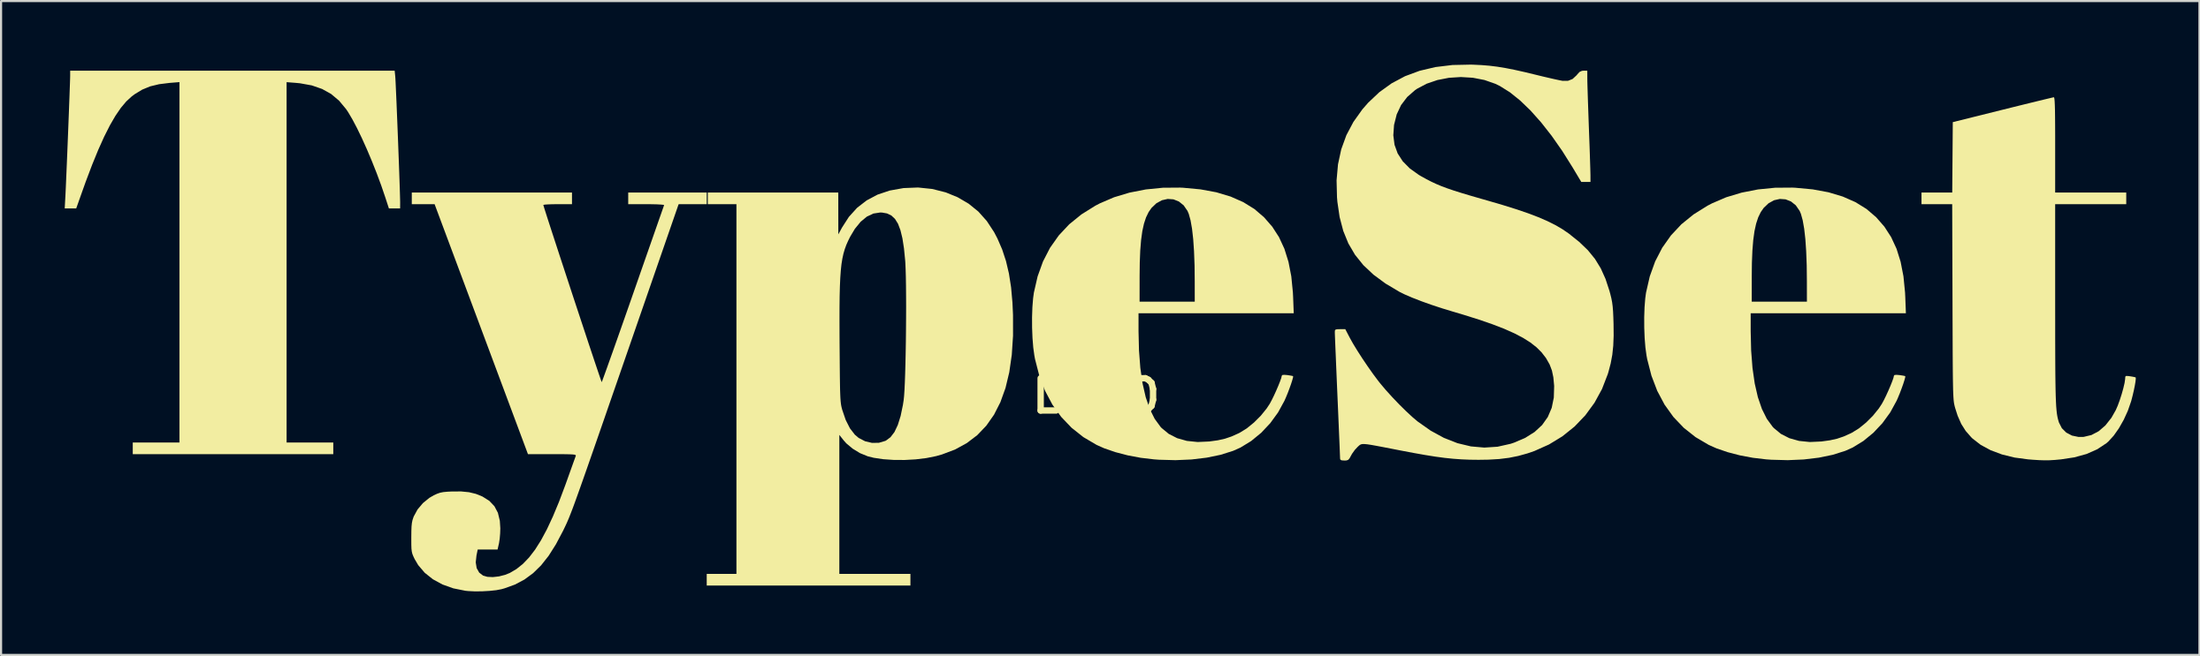
<source format=kicad_pcb>
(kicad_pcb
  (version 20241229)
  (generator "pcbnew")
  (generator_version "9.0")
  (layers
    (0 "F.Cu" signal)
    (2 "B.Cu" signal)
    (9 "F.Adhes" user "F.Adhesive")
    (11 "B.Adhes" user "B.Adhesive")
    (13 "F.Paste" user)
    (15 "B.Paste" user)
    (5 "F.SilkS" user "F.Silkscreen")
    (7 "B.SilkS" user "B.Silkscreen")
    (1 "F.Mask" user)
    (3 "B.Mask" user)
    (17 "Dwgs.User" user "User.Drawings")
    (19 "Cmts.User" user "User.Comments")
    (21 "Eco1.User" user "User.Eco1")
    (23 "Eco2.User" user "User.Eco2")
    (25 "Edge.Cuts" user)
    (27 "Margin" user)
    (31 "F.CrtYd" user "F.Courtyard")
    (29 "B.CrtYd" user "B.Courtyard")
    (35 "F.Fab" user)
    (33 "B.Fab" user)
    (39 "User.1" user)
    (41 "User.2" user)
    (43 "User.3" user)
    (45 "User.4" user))
  (footprint "LOGO"
    (layer "F.Cu")
    (at 48.607 15.637)
    (property "Reference" "LOGO" (at 0 0 0) (layer "F.SilkS") (effects (font (size 1.524 1.524) (thickness 0.3))))
    (attr board_only exclude_from_pos_files exclude_from_bom)
    (fp_poly (pts (xy -33.03 -15.088) (xy -33.023 -14.988) (xy -33.013 -14.8) (xy -33.001 -14.535) (xy -32.986 -14.205) (xy -32.969 -13.82) (xy -32.952 -13.393) (xy -32.933 -12.934) (xy -32.914 -12.456) (xy -32.895 -11.969) (xy -32.877 -11.486) (xy -32.859 -11.017) (xy -32.843 -10.574) (xy -32.829 -10.169) (xy -32.817 -9.813) (xy -32.808 -9.517) (xy -32.802 -9.293) (xy -32.799 -9.153) (xy -32.799 -9.137) (xy -32.8 -8.85) (xy -33.329 -8.85) (xy -33.496 -9.363) (xy -33.69 -9.932) (xy -33.904 -10.511) (xy -34.132 -11.085) (xy -34.366 -11.641) (xy -34.601 -12.163) (xy -34.831 -12.639) (xy -35.05 -13.054) (xy -35.25 -13.394) (xy -35.347 -13.538) (xy -35.675 -13.933) (xy -36.048 -14.248) (xy -36.475 -14.487) (xy -36.962 -14.656) (xy -37.517 -14.756) (xy -37.712 -14.775) (xy -38.15 -14.809) (xy -38.15 2.2) (xy -35.95 2.2) (xy -35.95 2.75) (xy -45.4 2.75) (xy -45.4 2.2) (xy -43.2 2.2) (xy -43.2 -14.811) (xy -43.663 -14.774) (xy -44.156 -14.713) (xy -44.579 -14.611) (xy -44.954 -14.457) (xy -45.304 -14.244) (xy -45.454 -14.132) (xy -45.707 -13.899) (xy -45.961 -13.596) (xy -46.218 -13.22) (xy -46.48 -12.767) (xy -46.749 -12.233) (xy -47.027 -11.614) (xy -47.316 -10.906) (xy -47.619 -10.105) (xy -47.777 -9.662) (xy -48.065 -8.85) (xy -48.607 -8.85) (xy -48.576 -9.412) (xy -48.567 -9.593) (xy -48.555 -9.852) (xy -48.541 -10.176) (xy -48.525 -10.555) (xy -48.507 -10.977) (xy -48.488 -11.43) (xy -48.469 -11.903) (xy -48.45 -12.383) (xy -48.431 -12.86) (xy -48.413 -13.321) (xy -48.397 -13.755) (xy -48.382 -14.15) (xy -48.37 -14.495) (xy -48.36 -14.777) (xy -48.353 -14.986) (xy -48.35 -15.109) (xy -48.35 -15.125) (xy -48.35 -15.35) (xy -33.057 -15.35)) (stroke (width 0) (type solid)) (fill yes) (layer "F.SilkS"))
    (fp_poly (pts (xy 45.153 -14.078) (xy 45.166 -14.014) (xy 45.176 -13.898) (xy 45.184 -13.724) (xy 45.191 -13.484) (xy 45.195 -13.17) (xy 45.198 -12.777) (xy 45.2 -12.296) (xy 45.2 -11.85) (xy 45.2 -9.6) (xy 48.55 -9.6) (xy 48.55 -9.05) (xy 45.2 -9.05) (xy 45.2 -4.338) (xy 45.201 -3.51) (xy 45.201 -2.777) (xy 45.203 -2.131) (xy 45.205 -1.565) (xy 45.208 -1.074) (xy 45.213 -0.651) (xy 45.219 -0.29) (xy 45.227 0.016) (xy 45.237 0.274) (xy 45.248 0.489) (xy 45.263 0.668) (xy 45.279 0.817) (xy 45.299 0.943) (xy 45.321 1.052) (xy 45.347 1.151) (xy 45.375 1.246) (xy 45.38 1.259) (xy 45.516 1.525) (xy 45.724 1.732) (xy 45.991 1.872) (xy 46.303 1.937) (xy 46.543 1.934) (xy 46.91 1.846) (xy 47.253 1.665) (xy 47.567 1.393) (xy 47.849 1.035) (xy 48.054 0.675) (xy 48.148 0.46) (xy 48.244 0.198) (xy 48.335 -0.085) (xy 48.413 -0.363) (xy 48.47 -0.608) (xy 48.498 -0.796) (xy 48.5 -0.837) (xy 48.506 -0.911) (xy 48.542 -0.942) (xy 48.633 -0.94) (xy 48.737 -0.926) (xy 48.88 -0.902) (xy 48.976 -0.879) (xy 48.995 -0.871) (xy 49 -0.809) (xy 48.985 -0.672) (xy 48.952 -0.479) (xy 48.906 -0.252) (xy 48.85 -0.013) (xy 48.79 0.219) (xy 48.776 0.267) (xy 48.624 0.704) (xy 48.429 1.131) (xy 48.203 1.529) (xy 47.958 1.877) (xy 47.706 2.153) (xy 47.617 2.231) (xy 47.184 2.518) (xy 46.68 2.741) (xy 46.102 2.9) (xy 45.477 2.995) (xy 45.188 3.022) (xy 44.941 3.037) (xy 44.706 3.04) (xy 44.453 3.032) (xy 44.15 3.013) (xy 43.925 2.995) (xy 43.284 2.909) (xy 42.691 2.763) (xy 42.156 2.562) (xy 41.69 2.31) (xy 41.302 2.009) (xy 41.246 1.954) (xy 40.983 1.653) (xy 40.773 1.321) (xy 40.603 0.934) (xy 40.488 0.575) (xy 40.469 0.506) (xy 40.453 0.439) (xy 40.438 0.368) (xy 40.425 0.285) (xy 40.414 0.185) (xy 40.405 0.06) (xy 40.397 -0.095) (xy 40.39 -0.287) (xy 40.385 -0.523) (xy 40.38 -0.81) (xy 40.376 -1.153) (xy 40.373 -1.559) (xy 40.37 -2.036) (xy 40.368 -2.588) (xy 40.366 -3.224) (xy 40.363 -3.95) (xy 40.362 -4.438) (xy 40.347 -9.05) (xy 38.9 -9.05) (xy 38.9 -9.6) (xy 39.624 -9.6) (xy 40.349 -9.6) (xy 40.362 -11.261) (xy 40.375 -12.922) (xy 42.725 -13.508) (xy 43.195 -13.625) (xy 43.636 -13.734) (xy 44.038 -13.833) (xy 44.393 -13.92) (xy 44.689 -13.992) (xy 44.919 -14.047) (xy 45.071 -14.083) (xy 45.136 -14.097) (xy 45.138 -14.097)) (stroke (width 0) (type solid)) (fill yes) (layer "F.SilkS"))
    (fp_poly (pts (xy -7.723 -9.768) (xy -7.083 -9.606) (xy -6.525 -9.377) (xy -6.002 -9.07) (xy -5.545 -8.698) (xy -5.15 -8.254) (xy -4.807 -7.731) (xy -4.651 -7.433) (xy -4.426 -6.913) (xy -4.246 -6.365) (xy -4.107 -5.774) (xy -4.006 -5.126) (xy -3.942 -4.408) (xy -3.915 -3.822) (xy -3.914 -2.841) (xy -3.973 -1.94) (xy -4.091 -1.118) (xy -4.269 -0.374) (xy -4.509 0.294) (xy -4.81 0.887) (xy -5.174 1.406) (xy -5.6 1.852) (xy -6.091 2.226) (xy -6.645 2.53) (xy -7.264 2.764) (xy -7.542 2.842) (xy -7.999 2.934) (xy -8.501 2.995) (xy -9.024 3.024) (xy -9.544 3.021) (xy -10.037 2.987) (xy -10.477 2.921) (xy -10.76 2.851) (xy -11.127 2.701) (xy -11.474 2.489) (xy -11.772 2.239) (xy -11.896 2.099) (xy -12.1 1.841) (xy -12.1 8.4) (xy -8.75 8.4) (xy -8.75 8.95) (xy -18.35 8.95) (xy -18.35 8.4) (xy -16.95 8.4) (xy -16.95 -3.553) (xy -12.093 -3.553) (xy -12.091 -2.85) (xy -12.089 -2.475) (xy -12.084 -1.878) (xy -12.08 -1.373) (xy -12.076 -0.949) (xy -12.071 -0.599) (xy -12.066 -0.313) (xy -12.058 -0.082) (xy -12.05 0.102) (xy -12.039 0.249) (xy -12.026 0.367) (xy -12.01 0.466) (xy -11.991 0.553) (xy -11.968 0.64) (xy -11.963 0.658) (xy -11.799 1.139) (xy -11.6 1.531) (xy -11.369 1.83) (xy -11.189 1.983) (xy -10.887 2.14) (xy -10.562 2.217) (xy -10.237 2.213) (xy -9.936 2.124) (xy -9.902 2.108) (xy -9.688 1.948) (xy -9.502 1.703) (xy -9.344 1.37) (xy -9.212 0.947) (xy -9.105 0.431) (xy -9.069 0.2) (xy -9.049 0.005) (xy -9.03 -0.278) (xy -9.013 -0.636) (xy -8.998 -1.057) (xy -8.985 -1.528) (xy -8.974 -2.037) (xy -8.965 -2.572) (xy -8.959 -3.12) (xy -8.955 -3.67) (xy -8.953 -4.208) (xy -8.955 -4.722) (xy -8.959 -5.199) (xy -8.966 -5.629) (xy -8.977 -5.997) (xy -8.99 -6.292) (xy -8.998 -6.4) (xy -9.054 -6.965) (xy -9.127 -7.436) (xy -9.22 -7.821) (xy -9.335 -8.125) (xy -9.477 -8.354) (xy -9.648 -8.515) (xy -9.852 -8.613) (xy -10.091 -8.655) (xy -10.174 -8.657) (xy -10.496 -8.608) (xy -10.804 -8.462) (xy -11.095 -8.221) (xy -11.366 -7.889) (xy -11.59 -7.514) (xy -11.687 -7.318) (xy -11.772 -7.126) (xy -11.844 -6.928) (xy -11.906 -6.716) (xy -11.957 -6.483) (xy -11.999 -6.221) (xy -12.031 -5.92) (xy -12.056 -5.572) (xy -12.074 -5.17) (xy -12.086 -4.705) (xy -12.092 -4.169) (xy -12.093 -3.553) (xy -16.95 -3.553) (xy -16.95 -9.05) (xy -18.3 -9.05) (xy -18.3 -9.6) (xy -12.15 -9.6) (xy -12.149 -8.613) (xy -12.148 -7.625) (xy -11.975 -7.945) (xy -11.65 -8.451) (xy -11.263 -8.879) (xy -10.813 -9.228) (xy -10.301 -9.5) (xy -9.727 -9.693) (xy -9.091 -9.807) (xy -9.072 -9.81) (xy -8.389 -9.837)) (stroke (width 0) (type solid)) (fill yes) (layer "F.SilkS"))
    (fp_poly (pts (xy 4.1 -9.826) (xy 4.923 -9.749) (xy 5.669 -9.611) (xy 6.339 -9.41) (xy 6.936 -9.147) (xy 7.462 -8.821) (xy 7.915 -8.432) (xy 8.301 -7.989) (xy 8.62 -7.495) (xy 8.875 -6.944) (xy 9.067 -6.329) (xy 9.2 -5.645) (xy 9.275 -4.885) (xy 9.286 -4.662) (xy 9.315 -3.9) (xy 2 -3.9) (xy 2 -3.062) (xy 2.022 -2.146) (xy 2.085 -1.321) (xy 2.191 -0.585) (xy 2.339 0.06) (xy 2.529 0.616) (xy 2.761 1.081) (xy 3.036 1.458) (xy 3.091 1.517) (xy 3.424 1.792) (xy 3.822 1.995) (xy 4.279 2.124) (xy 4.787 2.176) (xy 5.334 2.151) (xy 5.733 2.096) (xy 6.069 2.021) (xy 6.382 1.915) (xy 6.709 1.768) (xy 6.775 1.735) (xy 7.104 1.531) (xy 7.441 1.256) (xy 7.761 0.936) (xy 8.037 0.595) (xy 8.182 0.375) (xy 8.276 0.201) (xy 8.382 -0.014) (xy 8.489 -0.249) (xy 8.589 -0.482) (xy 8.672 -0.691) (xy 8.729 -0.854) (xy 8.75 -0.95) (xy 8.75 -0.951) (xy 8.779 -0.987) (xy 8.877 -0.995) (xy 9.007 -0.984) (xy 9.156 -0.962) (xy 9.259 -0.942) (xy 9.285 -0.932) (xy 9.282 -0.874) (xy 9.247 -0.745) (xy 9.189 -0.563) (xy 9.113 -0.35) (xy 9.028 -0.125) (xy 8.939 0.09) (xy 8.878 0.228) (xy 8.577 0.779) (xy 8.207 1.288) (xy 7.78 1.742) (xy 7.309 2.129) (xy 6.806 2.437) (xy 6.46 2.592) (xy 5.874 2.778) (xy 5.216 2.914) (xy 4.501 3) (xy 3.745 3.033) (xy 2.965 3.012) (xy 2.73 2.995) (xy 2.106 2.921) (xy 1.492 2.806) (xy 0.91 2.654) (xy 0.384 2.473) (xy 0.025 2.313) (xy -0.599 1.945) (xy -1.155 1.504) (xy -1.642 0.993) (xy -2.059 0.411) (xy -2.404 -0.239) (xy -2.677 -0.955) (xy -2.878 -1.738) (xy -2.908 -1.9) (xy -2.961 -2.283) (xy -2.997 -2.731) (xy -3.016 -3.217) (xy -3.018 -3.71) (xy -3.002 -4.184) (xy -2.981 -4.45) (xy 2.05 -4.45) (xy 4.65 -4.45) (xy 4.649 -5.412) (xy 4.641 -6.158) (xy 4.616 -6.822) (xy 4.577 -7.4) (xy 4.522 -7.889) (xy 4.452 -8.288) (xy 4.368 -8.591) (xy 4.308 -8.732) (xy 4.126 -8.996) (xy 3.9 -9.177) (xy 3.645 -9.278) (xy 3.375 -9.297) (xy 3.104 -9.236) (xy 2.845 -9.095) (xy 2.613 -8.874) (xy 2.475 -8.675) (xy 2.355 -8.428) (xy 2.257 -8.131) (xy 2.179 -7.777) (xy 2.121 -7.356) (xy 2.081 -6.861) (xy 2.058 -6.284) (xy 2.051 -5.662) (xy 2.05 -4.45) (xy -2.981 -4.45) (xy -2.968 -4.609) (xy -2.932 -4.873) (xy -2.756 -5.641) (xy -2.502 -6.347) (xy -2.17 -6.991) (xy -1.758 -7.575) (xy -1.266 -8.1) (xy -0.693 -8.566) (xy -0.038 -8.976) (xy 0.187 -9.093) (xy 0.849 -9.377) (xy 1.574 -9.595) (xy 2.346 -9.746) (xy 3.148 -9.826) (xy 3.965 -9.832)) (stroke (width 0) (type solid)) (fill yes) (layer "F.SilkS"))
    (fp_poly (pts (xy 32.95 -9.826) (xy 33.773 -9.749) (xy 34.519 -9.611) (xy 35.189 -9.41) (xy 35.786 -9.147) (xy 36.312 -8.821) (xy 36.765 -8.432) (xy 37.151 -7.989) (xy 37.47 -7.495) (xy 37.725 -6.944) (xy 37.917 -6.329) (xy 38.05 -5.645) (xy 38.125 -4.885) (xy 38.136 -4.662) (xy 38.165 -3.9) (xy 30.85 -3.9) (xy 30.85 -3.062) (xy 30.872 -2.146) (xy 30.935 -1.321) (xy 31.041 -0.585) (xy 31.189 0.06) (xy 31.379 0.616) (xy 31.611 1.081) (xy 31.886 1.458) (xy 31.941 1.517) (xy 32.274 1.792) (xy 32.672 1.995) (xy 33.129 2.124) (xy 33.637 2.176) (xy 34.184 2.151) (xy 34.583 2.096) (xy 34.919 2.021) (xy 35.232 1.915) (xy 35.559 1.768) (xy 35.625 1.735) (xy 35.954 1.531) (xy 36.291 1.256) (xy 36.611 0.936) (xy 36.887 0.595) (xy 37.032 0.375) (xy 37.126 0.201) (xy 37.232 -0.014) (xy 37.339 -0.249) (xy 37.439 -0.482) (xy 37.522 -0.691) (xy 37.579 -0.854) (xy 37.6 -0.95) (xy 37.6 -0.951) (xy 37.629 -0.987) (xy 37.727 -0.995) (xy 37.857 -0.984) (xy 38.006 -0.962) (xy 38.109 -0.942) (xy 38.135 -0.932) (xy 38.132 -0.874) (xy 38.097 -0.745) (xy 38.039 -0.563) (xy 37.963 -0.35) (xy 37.878 -0.125) (xy 37.789 0.09) (xy 37.728 0.228) (xy 37.427 0.779) (xy 37.057 1.288) (xy 36.63 1.742) (xy 36.159 2.129) (xy 35.656 2.437) (xy 35.31 2.592) (xy 34.724 2.778) (xy 34.066 2.914) (xy 33.351 3) (xy 32.595 3.033) (xy 31.815 3.012) (xy 31.58 2.995) (xy 30.956 2.921) (xy 30.342 2.806) (xy 29.76 2.654) (xy 29.234 2.473) (xy 28.875 2.313) (xy 28.251 1.945) (xy 27.695 1.504) (xy 27.208 0.993) (xy 26.791 0.411) (xy 26.446 -0.239) (xy 26.173 -0.955) (xy 25.972 -1.738) (xy 25.942 -1.9) (xy 25.889 -2.283) (xy 25.853 -2.731) (xy 25.834 -3.217) (xy 25.832 -3.71) (xy 25.848 -4.184) (xy 25.869 -4.45) (xy 30.9 -4.45) (xy 33.5 -4.45) (xy 33.499 -5.412) (xy 33.491 -6.158) (xy 33.466 -6.822) (xy 33.427 -7.4) (xy 33.372 -7.889) (xy 33.302 -8.288) (xy 33.218 -8.591) (xy 33.158 -8.732) (xy 32.976 -8.996) (xy 32.75 -9.177) (xy 32.495 -9.278) (xy 32.225 -9.297) (xy 31.954 -9.236) (xy 31.695 -9.095) (xy 31.463 -8.874) (xy 31.325 -8.675) (xy 31.205 -8.428) (xy 31.107 -8.131) (xy 31.029 -7.777) (xy 30.971 -7.356) (xy 30.931 -6.861) (xy 30.908 -6.284) (xy 30.901 -5.662) (xy 30.9 -4.45) (xy 25.869 -4.45) (xy 25.882 -4.609) (xy 25.918 -4.873) (xy 26.094 -5.641) (xy 26.348 -6.347) (xy 26.68 -6.991) (xy 27.092 -7.575) (xy 27.584 -8.1) (xy 28.157 -8.566) (xy 28.812 -8.976) (xy 29.037 -9.093) (xy 29.699 -9.377) (xy 30.424 -9.595) (xy 31.196 -9.746) (xy 31.998 -9.826) (xy 32.815 -9.832)) (stroke (width 0) (type solid)) (fill yes) (layer "F.SilkS"))
    (fp_poly (pts (xy -24.7 -9.05) (xy -25.375 -9.05) (xy -25.622 -9.047) (xy -25.828 -9.04) (xy -25.976 -9.03) (xy -26.047 -9.016) (xy -26.05 -9.012) (xy -26.035 -8.957) (xy -25.992 -8.816) (xy -25.922 -8.597) (xy -25.83 -8.309) (xy -25.717 -7.959) (xy -25.586 -7.557) (xy -25.44 -7.11) (xy -25.283 -6.627) (xy -25.115 -6.116) (xy -24.941 -5.585) (xy -24.763 -5.042) (xy -24.584 -4.497) (xy -24.405 -3.956) (xy -24.231 -3.429) (xy -24.064 -2.924) (xy -23.907 -2.448) (xy -23.761 -2.011) (xy -23.631 -1.62) (xy -23.518 -1.284) (xy -23.426 -1.011) (xy -23.357 -0.809) (xy -23.314 -0.687) (xy -23.3 -0.651) (xy -23.28 -0.698) (xy -23.23 -0.831) (xy -23.152 -1.046) (xy -23.048 -1.335) (xy -22.921 -1.692) (xy -22.772 -2.109) (xy -22.606 -2.58) (xy -22.423 -3.099) (xy -22.227 -3.658) (xy -22.019 -4.251) (xy -21.825 -4.807) (xy -21.609 -5.426) (xy -21.403 -6.018) (xy -21.208 -6.576) (xy -21.027 -7.093) (xy -20.863 -7.563) (xy -20.718 -7.979) (xy -20.594 -8.334) (xy -20.493 -8.621) (xy -20.419 -8.833) (xy -20.373 -8.964) (xy -20.358 -9.007) (xy -20.4 -9.021) (xy -20.526 -9.033) (xy -20.72 -9.043) (xy -20.967 -9.048) (xy -21.196 -9.05) (xy -22.05 -9.05) (xy -22.05 -9.6) (xy -18.35 -9.6) (xy -18.35 -9.05) (xy -19.675 -9.048) (xy -21.972 -2.411) (xy -22.324 -1.394) (xy -22.645 -0.467) (xy -22.937 0.375) (xy -23.2 1.137) (xy -23.438 1.822) (xy -23.651 2.436) (xy -23.842 2.983) (xy -24.011 3.468) (xy -24.161 3.895) (xy -24.293 4.269) (xy -24.409 4.594) (xy -24.51 4.876) (xy -24.598 5.119) (xy -24.675 5.327) (xy -24.743 5.504) (xy -24.803 5.657) (xy -24.856 5.788) (xy -24.905 5.904) (xy -24.95 6.008) (xy -24.995 6.104) (xy -25.04 6.199) (xy -25.086 6.295) (xy -25.125 6.375) (xy -25.458 7.005) (xy -25.798 7.543) (xy -26.154 7.995) (xy -26.533 8.367) (xy -26.942 8.668) (xy -27.389 8.905) (xy -27.882 9.083) (xy -28.025 9.123) (xy -28.272 9.17) (xy -28.586 9.203) (xy -28.933 9.223) (xy -29.279 9.226) (xy -29.592 9.211) (xy -29.725 9.197) (xy -30.293 9.083) (xy -30.806 8.9) (xy -31.258 8.653) (xy -31.641 8.347) (xy -31.948 7.986) (xy -32.116 7.7) (xy -32.179 7.567) (xy -32.223 7.457) (xy -32.25 7.346) (xy -32.266 7.21) (xy -32.272 7.029) (xy -32.273 6.777) (xy -32.273 6.675) (xy -32.27 6.381) (xy -32.262 6.163) (xy -32.245 5.999) (xy -32.218 5.865) (xy -32.176 5.738) (xy -32.157 5.688) (xy -31.98 5.362) (xy -31.727 5.061) (xy -31.421 4.811) (xy -31.217 4.692) (xy -31.056 4.618) (xy -30.914 4.569) (xy -30.761 4.539) (xy -30.564 4.521) (xy -30.358 4.511) (xy -29.923 4.509) (xy -29.556 4.545) (xy -29.232 4.623) (xy -28.925 4.747) (xy -28.915 4.752) (xy -28.596 4.953) (xy -28.356 5.206) (xy -28.192 5.517) (xy -28.101 5.892) (xy -28.078 6.25) (xy -28.086 6.493) (xy -28.107 6.74) (xy -28.138 6.943) (xy -28.142 6.963) (xy -28.207 7.25) (xy -29.143 7.25) (xy -29.201 7.53) (xy -29.236 7.858) (xy -29.192 8.129) (xy -29.073 8.34) (xy -28.891 8.48) (xy -28.69 8.539) (xy -28.43 8.552) (xy -28.141 8.519) (xy -27.85 8.445) (xy -27.632 8.357) (xy -27.316 8.171) (xy -27.014 7.929) (xy -26.723 7.626) (xy -26.439 7.256) (xy -26.16 6.814) (xy -25.881 6.294) (xy -25.601 5.693) (xy -25.314 5.004) (xy -25.02 4.222) (xy -24.958 4.05) (xy -24.844 3.73) (xy -24.739 3.437) (xy -24.65 3.187) (xy -24.58 2.994) (xy -24.536 2.872) (xy -24.523 2.837) (xy -24.518 2.809) (xy -24.535 2.788) (xy -24.586 2.772) (xy -24.681 2.762) (xy -24.834 2.755) (xy -25.055 2.751) (xy -25.356 2.75) (xy -25.632 2.749) (xy -26.775 2.749) (xy -31.175 -9.05) (xy -32.25 -9.05) (xy -32.25 -9.6) (xy -24.7 -9.6)) (stroke (width 0) (type solid)) (fill yes) (layer "F.SilkS"))
    (fp_poly (pts (xy 17.775 -15.634) (xy 18.165 -15.615) (xy 18.536 -15.585) (xy 18.907 -15.539) (xy 19.297 -15.475) (xy 19.727 -15.39) (xy 20.215 -15.281) (xy 20.738 -15.154) (xy 21.059 -15.076) (xy 21.363 -15.005) (xy 21.63 -14.944) (xy 21.841 -14.899) (xy 21.978 -14.873) (xy 21.993 -14.871) (xy 22.245 -14.874) (xy 22.458 -14.96) (xy 22.648 -15.137) (xy 22.678 -15.175) (xy 22.788 -15.294) (xy 22.898 -15.343) (xy 22.981 -15.35) (xy 23.15 -15.35) (xy 23.151 -14.963) (xy 23.153 -14.824) (xy 23.159 -14.6) (xy 23.168 -14.303) (xy 23.179 -13.948) (xy 23.193 -13.549) (xy 23.208 -13.119) (xy 23.224 -12.672) (xy 23.225 -12.65) (xy 23.241 -12.207) (xy 23.257 -11.783) (xy 23.27 -11.392) (xy 23.281 -11.047) (xy 23.29 -10.76) (xy 23.296 -10.547) (xy 23.299 -10.419) (xy 23.299 -10.412) (xy 23.3 -10.1) (xy 22.866 -10.1) (xy 22.456 -10.787) (xy 21.966 -11.568) (xy 21.47 -12.277) (xy 20.972 -12.912) (xy 20.477 -13.468) (xy 19.987 -13.941) (xy 19.508 -14.327) (xy 19.042 -14.62) (xy 18.817 -14.731) (xy 18.304 -14.911) (xy 17.757 -15.017) (xy 17.193 -15.051) (xy 16.63 -15.015) (xy 16.086 -14.909) (xy 15.579 -14.736) (xy 15.126 -14.496) (xy 15.031 -14.431) (xy 14.662 -14.108) (xy 14.374 -13.728) (xy 14.168 -13.29) (xy 14.044 -12.796) (xy 14.042 -12.788) (xy 14.008 -12.301) (xy 14.065 -11.854) (xy 14.213 -11.445) (xy 14.453 -11.073) (xy 14.787 -10.735) (xy 15.214 -10.43) (xy 15.325 -10.365) (xy 15.564 -10.233) (xy 15.792 -10.115) (xy 16.022 -10.007) (xy 16.267 -9.904) (xy 16.539 -9.802) (xy 16.851 -9.695) (xy 17.216 -9.58) (xy 17.646 -9.451) (xy 18.154 -9.304) (xy 18.431 -9.225) (xy 19.159 -9.012) (xy 19.799 -8.812) (xy 20.358 -8.621) (xy 20.846 -8.435) (xy 21.272 -8.25) (xy 21.646 -8.063) (xy 21.976 -7.87) (xy 22.273 -7.667) (xy 22.277 -7.664) (xy 22.77 -7.269) (xy 23.178 -6.876) (xy 23.512 -6.466) (xy 23.784 -6.022) (xy 24.008 -5.525) (xy 24.194 -4.958) (xy 24.236 -4.804) (xy 24.284 -4.608) (xy 24.32 -4.422) (xy 24.346 -4.222) (xy 24.365 -3.986) (xy 24.378 -3.692) (xy 24.387 -3.39) (xy 24.392 -2.842) (xy 24.373 -2.367) (xy 24.328 -1.939) (xy 24.253 -1.535) (xy 24.146 -1.129) (xy 24.114 -1.025) (xy 23.843 -0.324) (xy 23.489 0.324) (xy 23.057 0.915) (xy 22.553 1.443) (xy 21.981 1.904) (xy 21.346 2.292) (xy 20.654 2.602) (xy 20.325 2.715) (xy 19.891 2.835) (xy 19.458 2.922) (xy 19 2.979) (xy 18.492 3.009) (xy 18.025 3.016) (xy 17.616 3.011) (xy 17.225 2.995) (xy 16.834 2.967) (xy 16.428 2.925) (xy 15.99 2.866) (xy 15.503 2.788) (xy 14.951 2.69) (xy 14.35 2.576) (xy 13.881 2.484) (xy 13.499 2.41) (xy 13.196 2.353) (xy 12.96 2.311) (xy 12.782 2.284) (xy 12.651 2.272) (xy 12.557 2.272) (xy 12.49 2.285) (xy 12.439 2.309) (xy 12.395 2.343) (xy 12.347 2.387) (xy 12.329 2.403) (xy 12.193 2.55) (xy 12.064 2.731) (xy 12.021 2.808) (xy 11.944 2.948) (xy 11.879 3.02) (xy 11.795 3.047) (xy 11.699 3.05) (xy 11.566 3.04) (xy 11.508 3.003) (xy 11.5 2.962) (xy 11.497 2.898) (xy 11.491 2.742) (xy 11.482 2.505) (xy 11.469 2.195) (xy 11.453 1.823) (xy 11.435 1.396) (xy 11.415 0.924) (xy 11.393 0.417) (xy 11.375 0) (xy 11.352 -0.531) (xy 11.331 -1.034) (xy 11.311 -1.502) (xy 11.294 -1.923) (xy 11.278 -2.29) (xy 11.266 -2.591) (xy 11.257 -2.819) (xy 11.252 -2.964) (xy 11.251 -3.013) (xy 11.257 -3.094) (xy 11.294 -3.135) (xy 11.388 -3.149) (xy 11.497 -3.15) (xy 11.745 -3.15) (xy 11.958 -2.74) (xy 12.113 -2.462) (xy 12.316 -2.13) (xy 12.549 -1.767) (xy 12.799 -1.397) (xy 13.048 -1.043) (xy 13.282 -0.729) (xy 13.383 -0.6) (xy 13.654 -0.278) (xy 13.963 0.063) (xy 14.288 0.404) (xy 14.611 0.723) (xy 14.911 1.001) (xy 15.155 1.207) (xy 15.772 1.642) (xy 16.399 1.984) (xy 17.031 2.231) (xy 17.665 2.383) (xy 18.296 2.439) (xy 18.922 2.398) (xy 19.537 2.26) (xy 19.698 2.206) (xy 20.225 1.98) (xy 20.665 1.703) (xy 21.02 1.375) (xy 21.289 0.995) (xy 21.473 0.563) (xy 21.572 0.078) (xy 21.588 -0.46) (xy 21.586 -0.494) (xy 21.55 -0.879) (xy 21.483 -1.198) (xy 21.376 -1.481) (xy 21.219 -1.759) (xy 21.186 -1.809) (xy 20.993 -2.059) (xy 20.756 -2.295) (xy 20.468 -2.521) (xy 20.123 -2.739) (xy 19.715 -2.953) (xy 19.238 -3.166) (xy 18.684 -3.38) (xy 18.048 -3.6) (xy 17.324 -3.828) (xy 16.825 -3.976) (xy 16.3 -4.136) (xy 15.791 -4.304) (xy 15.314 -4.475) (xy 14.887 -4.642) (xy 14.527 -4.798) (xy 14.3 -4.911) (xy 13.64 -5.304) (xy 13.074 -5.722) (xy 12.596 -6.172) (xy 12.203 -6.661) (xy 11.889 -7.197) (xy 11.649 -7.787) (xy 11.478 -8.439) (xy 11.372 -9.159) (xy 11.354 -9.371) (xy 11.334 -10.175) (xy 11.401 -10.931) (xy 11.554 -11.64) (xy 11.796 -12.307) (xy 12.128 -12.934) (xy 12.55 -13.526) (xy 12.821 -13.837) (xy 13.35 -14.337) (xy 13.929 -14.754) (xy 14.562 -15.091) (xy 15.249 -15.346) (xy 15.994 -15.522) (xy 16.797 -15.619) (xy 17.661 -15.637)) (stroke (width 0) (type solid)) (fill yes) (layer "F.SilkS")))
  (gr_rect
    (start -3 -3)
    (end 100.608 27.863)
    (stroke (width 0.1) (type default))
    (fill no)
    (layer "Edge.Cuts")))
</source>
